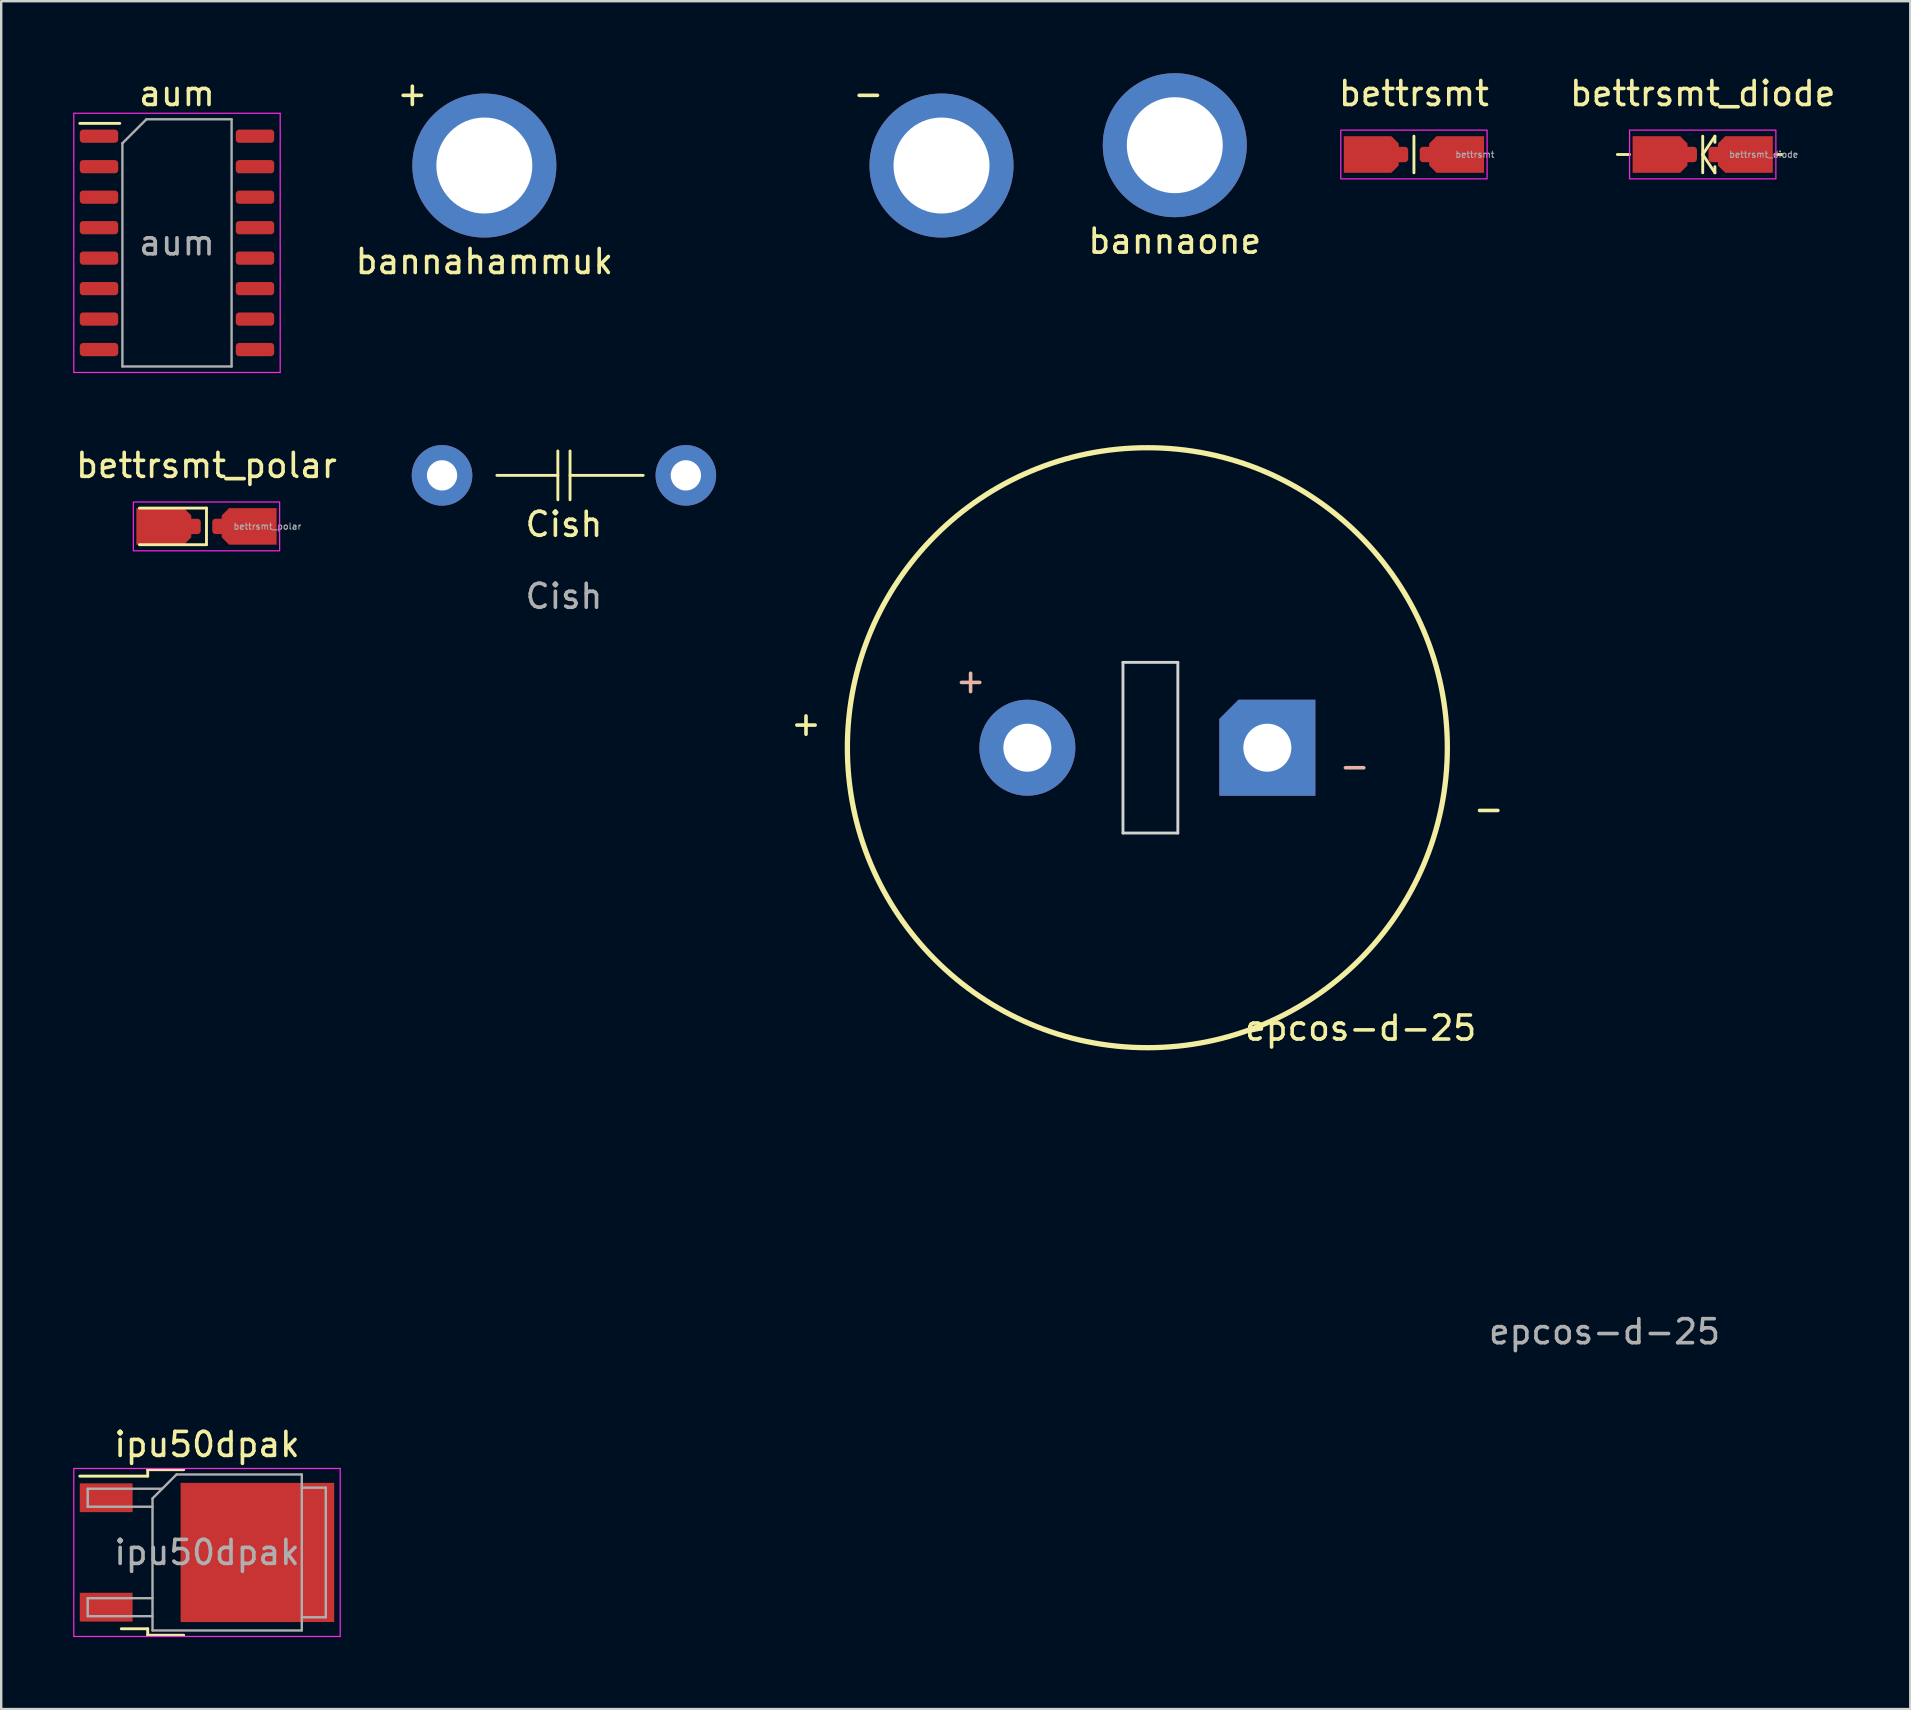
<source format=kicad_pcb>
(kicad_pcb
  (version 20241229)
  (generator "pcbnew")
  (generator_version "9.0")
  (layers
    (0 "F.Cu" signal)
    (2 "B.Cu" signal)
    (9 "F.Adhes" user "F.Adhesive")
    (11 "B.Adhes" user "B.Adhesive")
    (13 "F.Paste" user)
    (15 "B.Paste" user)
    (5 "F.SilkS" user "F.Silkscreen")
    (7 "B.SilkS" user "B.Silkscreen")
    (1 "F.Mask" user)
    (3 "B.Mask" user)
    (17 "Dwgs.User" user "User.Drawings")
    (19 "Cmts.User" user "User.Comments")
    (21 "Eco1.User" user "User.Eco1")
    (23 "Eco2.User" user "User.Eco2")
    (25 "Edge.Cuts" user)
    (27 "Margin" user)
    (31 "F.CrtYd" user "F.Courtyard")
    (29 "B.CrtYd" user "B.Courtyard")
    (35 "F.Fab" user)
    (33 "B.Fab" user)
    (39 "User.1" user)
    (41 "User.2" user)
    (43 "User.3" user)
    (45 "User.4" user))
  (footprint "Cish"
    (layer "F.Cu")
    (at 20.449 19.298)
    (property "Reference" "Cish" (at 0 -0.5 0) (unlocked yes) (layer "F.SilkS") (effects (font (size 1 1) (thickness 0.15))))
    (attr through_hole)
    (fp_line (start -2.794 -2.54) (end -0.254 -2.54) (stroke (width 0.12) (type solid)) (layer "F.SilkS"))
    (fp_line (start -0.254 -1.524) (end -0.254 -3.556) (stroke (width 0.12) (type solid)) (layer "F.SilkS"))
    (fp_line (start 0.254 -3.556) (end 0.254 -1.524) (stroke (width 0.12) (type solid)) (layer "F.SilkS"))
    (fp_line (start 0.254 -2.54) (end 3.302 -2.54) (stroke (width 0.12) (type solid)) (layer "F.SilkS"))
    (fp_text user "${REFERENCE}" (at 0 2.5 0) (unlocked yes) (layer "F.Fab") (effects (font (size 1 1) (thickness 0.15))))
    (pad "1" thru_hole circle (at -5.08 -2.54) (size 2.524 2.524) (drill 1.262) (layers "*.Cu" "*.Mask"))
    (pad "2" thru_hole circle (at 5.08 -2.54) (size 2.524 2.524) (drill 1.262) (layers "*.Cu" "*.Mask")))
  (footprint "bannahammuk"
    (layer "F.Cu")
    (at 17.132 3.848)
    (property "Reference" "bannahammuk" (at 0 4 0) (unlocked yes) (layer "F.SilkS") (effects (font (size 1 1) (thickness 0.15))))
    (attr through_hole)
    (fp_text user "-" (at 16 -3 0) (unlocked yes) (layer "F.SilkS") (effects (font (size 1 1) (thickness 0.15))))
    (fp_text user "+" (at -3 -3 0) (unlocked yes) (layer "F.SilkS") (effects (font (size 1 1) (thickness 0.15))))
    (pad "1" thru_hole circle (at 0 0) (size 6 6) (drill 4) (property pad_prop_testpoint) (layers "*.Cu" "*.Mask"))
    (pad "2" thru_hole circle (at 19.05 0) (size 6 6) (drill 4) (property pad_prop_testpoint) (layers "*.Cu" "*.Mask")))
  (footprint "bannaone"
    (layer "F.Cu")
    (at 45.902 3)
    (property "Reference" "bannaone" (at 0 4 0) (unlocked yes) (layer "F.SilkS") (effects (font (size 1 1) (thickness 0.15))))
    (attr through_hole)
    (pad "1" thru_hole circle (at 0 0) (size 6 6) (drill 4) (property pad_prop_testpoint) (layers "*.Cu" "*.Mask")))
  (footprint "bettrsmt_polar"
    (layer "F.Cu")
    (at 5.554 18.884)
    (property "Reference" "bettrsmt_polar" (at 0 -2.54 0) (layer "F.SilkS") (effects (font (size 1 1) (thickness 0.15))))
    (attr smd)
    (fp_line (start 0 -0.762) (end -2.794 -0.762) (stroke (width 0.12) (type solid)) (layer "F.SilkS"))
    (fp_line (start 0 -0.762) (end 0 0.762) (stroke (width 0.12) (type solid)) (layer "F.SilkS"))
    (fp_line (start 0 0.762) (end -2.794 0.762) (stroke (width 0.12) (type solid)) (layer "F.SilkS"))
    (fp_rect (start -3.048 -1.016) (end 3.048 1.016) (stroke (width 0.05) (type solid)) (fill no) (layer "F.CrtYd"))
    (fp_text user "${REFERENCE}" (at 2.54 0 0) (layer "F.Fab") (effects (font (size 0.26 0.26) (thickness 0.04))))
    (pad "1" smd roundrect (at -1.778 0) (size 2.286 1.524) (layers "F.Cu" "F.Mask" "F.Paste") (roundrect_rratio 0) (chamfer_ratio 0.2) (chamfer top_right bottom_right))
    (pad "1" smd roundrect (at -0.51 0) (size 0.54 0.64) (layers "F.Cu" "F.Mask" "F.Paste") (roundrect_rratio 0.25))
    (pad "2" smd roundrect (at 0.51 0) (size 0.54 0.64) (layers "F.Cu" "F.Mask" "F.Paste") (roundrect_rratio 0.25))
    (pad "2" smd roundrect (at 1.778 0) (size 2.286 1.524) (layers "F.Cu" "F.Mask" "F.Paste") (roundrect_rratio 0) (chamfer_ratio 0.2) (chamfer top_left bottom_left)))
  (footprint "aum"
    (layer "F.Cu")
    (at 4.325 7.071)
    (property "Reference" "aum" (at 0 -6.223 0) (layer "F.SilkS") (effects (font (size 1 1) (thickness 0.15))))
    (attr smd)
    (fp_line (start -2.385 -4.98) (end -4.05 -4.98) (stroke (width 0.12) (type solid)) (layer "F.SilkS"))
    (fp_line (start -4.3 -5.4) (end -4.3 5.4) (stroke (width 0.05) (type solid)) (layer "F.CrtYd"))
    (fp_line (start -4.3 5.4) (end 4.3 5.4) (stroke (width 0.05) (type solid)) (layer "F.CrtYd"))
    (fp_line (start 4.3 -5.4) (end -4.3 -5.4) (stroke (width 0.05) (type solid)) (layer "F.CrtYd"))
    (fp_line (start 4.3 5.4) (end 4.3 -5.4) (stroke (width 0.05) (type solid)) (layer "F.CrtYd"))
    (fp_line (start -2.275 -4.15) (end -1.275 -5.15) (stroke (width 0.1) (type solid)) (layer "F.Fab"))
    (fp_line (start -2.275 5.15) (end -2.275 -4.15) (stroke (width 0.1) (type solid)) (layer "F.Fab"))
    (fp_line (start -1.275 -5.15) (end 2.275 -5.15) (stroke (width 0.1) (type solid)) (layer "F.Fab"))
    (fp_line (start 2.275 -5.15) (end 2.275 5.15) (stroke (width 0.1) (type solid)) (layer "F.Fab"))
    (fp_line (start 2.275 5.15) (end -2.275 5.15) (stroke (width 0.1) (type solid)) (layer "F.Fab"))
    (fp_text user "${REFERENCE}" (at 0 0 0) (layer "F.Fab") (effects (font (size 1 1) (thickness 0.15))))
    (pad "1" smd roundrect (at -3.25 -4.445) (size 1.6 0.55) (layers "F.Cu" "F.Mask" "F.Paste") (roundrect_rratio 0.25))
    (pad "2" smd roundrect (at -3.25 -3.175) (size 1.6 0.55) (layers "F.Cu" "F.Mask" "F.Paste") (roundrect_rratio 0.25))
    (pad "3" smd roundrect (at -3.25 -1.905) (size 1.6 0.55) (layers "F.Cu" "F.Mask" "F.Paste") (roundrect_rratio 0.25))
    (pad "4" smd roundrect (at -3.25 -0.635) (size 1.6 0.55) (layers "F.Cu" "F.Mask" "F.Paste") (roundrect_rratio 0.25))
    (pad "5" smd roundrect (at -3.25 0.635) (size 1.6 0.55) (layers "F.Cu" "F.Mask" "F.Paste") (roundrect_rratio 0.25))
    (pad "6" smd roundrect (at -3.25 1.905) (size 1.6 0.55) (layers "F.Cu" "F.Mask" "F.Paste") (roundrect_rratio 0.25))
    (pad "7" smd roundrect (at -3.25 3.175) (size 1.6 0.55) (layers "F.Cu" "F.Mask" "F.Paste") (roundrect_rratio 0.25))
    (pad "8" smd roundrect (at -3.25 4.445) (size 1.6 0.55) (layers "F.Cu" "F.Mask" "F.Paste") (roundrect_rratio 0.25))
    (pad "9" smd roundrect (at 3.25 4.445) (size 1.6 0.55) (layers "F.Cu" "F.Mask" "F.Paste") (roundrect_rratio 0.25))
    (pad "10" smd roundrect (at 3.25 3.175) (size 1.6 0.55) (layers "F.Cu" "F.Mask" "F.Paste") (roundrect_rratio 0.25))
    (pad "11" smd roundrect (at 3.25 1.905) (size 1.6 0.55) (layers "F.Cu" "F.Mask" "F.Paste") (roundrect_rratio 0.25))
    (pad "12" smd roundrect (at 3.25 0.635) (size 1.6 0.55) (layers "F.Cu" "F.Mask" "F.Paste") (roundrect_rratio 0.25))
    (pad "13" smd roundrect (at 3.25 -0.635) (size 1.6 0.55) (layers "F.Cu" "F.Mask" "F.Paste") (roundrect_rratio 0.25))
    (pad "14" smd roundrect (at 3.25 -1.905) (size 1.6 0.55) (layers "F.Cu" "F.Mask" "F.Paste") (roundrect_rratio 0.25))
    (pad "15" smd roundrect (at 3.25 -3.175) (size 1.6 0.55) (layers "F.Cu" "F.Mask" "F.Paste") (roundrect_rratio 0.25))
    (pad "16" smd roundrect (at 3.25 -4.445) (size 1.6 0.55) (layers "F.Cu" "F.Mask" "F.Paste") (roundrect_rratio 0.25)))
  (footprint "bettrsmt_diode"
    (layer "F.Cu")
    (at 67.9 3.388)
    (property "Reference" "bettrsmt_diode" (at 0 -2.54 0) (layer "F.SilkS") (effects (font (size 1 1) (thickness 0.15))))
    (attr smd)
    (fp_line (start -3.556 0) (end -3.048 0) (stroke (width 0.12) (type solid)) (layer "F.SilkS"))
    (fp_line (start 0 -0.762) (end 0 0.762) (stroke (width 0.12) (type solid)) (layer "F.SilkS"))
    (fp_line (start 0 0) (end 0.508 -0.762) (stroke (width 0.12) (type solid)) (layer "F.SilkS"))
    (fp_line (start 0 0) (end 0.508 0.762) (stroke (width 0.12) (type solid)) (layer "F.SilkS"))
    (fp_line (start 0.508 -0.762) (end 0.508 -0.508) (stroke (width 0.12) (type solid)) (layer "F.SilkS"))
    (fp_line (start 0.508 0.762) (end 0.508 0.508) (stroke (width 0.12) (type solid)) (layer "F.SilkS"))
    (fp_line (start 3.302 0) (end 3.048 0) (stroke (width 0.12) (type solid)) (layer "F.SilkS"))
    (fp_rect (start -3.048 -1.016) (end 3.048 1.016) (stroke (width 0.05) (type solid)) (fill no) (layer "F.CrtYd"))
    (fp_text user "${REFERENCE}" (at 2.54 0 0) (layer "F.Fab") (effects (font (size 0.26 0.26) (thickness 0.04))))
    (pad "1" smd roundrect (at -1.778 0) (size 2.286 1.524) (layers "F.Cu" "F.Mask" "F.Paste") (roundrect_rratio 0) (chamfer_ratio 0.2) (chamfer top_right bottom_right))
    (pad "1" smd roundrect (at -0.51 0) (size 0.54 0.64) (layers "F.Cu" "F.Mask" "F.Paste") (roundrect_rratio 0.25))
    (pad "2" smd roundrect (at 0.51 0) (size 0.54 0.64) (layers "F.Cu" "F.Mask" "F.Paste") (roundrect_rratio 0.25))
    (pad "2" smd roundrect (at 1.778 0) (size 2.286 1.524) (layers "F.Cu" "F.Mask" "F.Paste") (roundrect_rratio 0) (chamfer_ratio 0.2) (chamfer top_left bottom_left)))
  (footprint "epcos-d-25"
    (layer "F.Cu")
    (at 44.759 28.106)
    (property "Reference" "epcos-d-25" (at 8.89 11.684 0) (unlocked yes) (layer "F.SilkS") (effects (font (size 1 1) (thickness 0.15))))
    (attr through_hole)
    (fp_circle (center 0 0) (end 12.5 0) (stroke (width 0.22) (type solid)) (fill no) (layer "F.SilkS"))
    (fp_line (start -1.016 -3.556) (end 1.27 -3.556) (stroke (width 0.12) (type solid)) (layer "Edge.Cuts"))
    (fp_line (start -1.016 3.556) (end -1.016 -3.556) (stroke (width 0.12) (type solid)) (layer "Edge.Cuts"))
    (fp_line (start 1.27 -3.556) (end 1.27 3.556) (stroke (width 0.12) (type solid)) (layer "Edge.Cuts"))
    (fp_line (start 1.27 3.556) (end -1.016 3.556) (stroke (width 0.12) (type solid)) (layer "Edge.Cuts"))
    (fp_text user "+" (at -14.224 -1.016 0) (unlocked yes) (layer "F.SilkS") (effects (font (size 1 1) (thickness 0.15))))
    (fp_text user "-" (at 14.224 2.54 0) (unlocked yes) (layer "F.SilkS") (effects (font (size 1 1) (thickness 0.15))))
    (fp_text user "+" (at -7.366 -2.794 0) (unlocked yes) (layer "B.SilkS") (effects (font (size 1 1) (thickness 0.15))))
    (fp_text user "-" (at 8.636 0.762 0) (unlocked yes) (layer "B.SilkS") (effects (font (size 1 1) (thickness 0.15))))
    (fp_text user "${REFERENCE}" (at 19.05 24.336 0) (unlocked yes) (layer "F.Fab") (effects (font (size 1 1) (thickness 0.15))))
    (pad "1" thru_hole circle (at -5 0) (size 4 4) (drill 2) (layers "*.Cu" "*.Mask"))
    (pad "2" thru_hole roundrect (at 5 0) (size 4 4) (drill 2) (layers "*.Cu" "*.Mask") (roundrect_rratio 0) (chamfer_ratio 0.2) (chamfer top_left)))
  (footprint "bettrsmt"
    (layer "F.Cu")
    (at 55.867 3.388)
    (property "Reference" "bettrsmt" (at 0 -2.54 0) (layer "F.SilkS") (effects (font (size 1 1) (thickness 0.15))))
    (attr smd)
    (fp_line (start 0 -0.762) (end 0 0.762) (stroke (width 0.12) (type solid)) (layer "F.SilkS"))
    (fp_rect (start -3.048 -1.016) (end 3.048 1.016) (stroke (width 0.05) (type solid)) (fill no) (layer "F.CrtYd"))
    (fp_text user "${REFERENCE}" (at 2.54 0 0) (layer "F.Fab") (effects (font (size 0.26 0.26) (thickness 0.04))))
    (pad "1" smd roundrect (at -1.778 0) (size 2.286 1.524) (layers "F.Cu" "F.Mask" "F.Paste") (roundrect_rratio 0) (chamfer_ratio 0.2) (chamfer top_right bottom_right))
    (pad "1" smd roundrect (at -0.51 0) (size 0.54 0.64) (layers "F.Cu" "F.Mask" "F.Paste") (roundrect_rratio 0.25))
    (pad "2" smd roundrect (at 0.51 0) (size 0.54 0.64) (layers "F.Cu" "F.Mask" "F.Paste") (roundrect_rratio 0.25))
    (pad "2" smd roundrect (at 1.778 0) (size 2.286 1.524) (layers "F.Cu" "F.Mask" "F.Paste") (roundrect_rratio 0) (chamfer_ratio 0.2) (chamfer top_left bottom_left)))
  (footprint "ipu50dpak"
    (layer "F.Cu")
    (at 5.575 61.639)
    (property "Reference" "ipu50dpak" (at 0 -4.5 0) (layer "F.SilkS") (effects (font (size 1 1) (thickness 0.15))))
    (attr smd)
    (fp_line (start -2.47 -3.45) (end -2.47 -3.18) (stroke (width 0.12) (type solid)) (layer "F.SilkS"))
    (fp_line (start -2.47 -3.18) (end -5.3 -3.18) (stroke (width 0.12) (type solid)) (layer "F.SilkS"))
    (fp_line (start -2.47 3.18) (end -3.57 3.18) (stroke (width 0.12) (type solid)) (layer "F.SilkS"))
    (fp_line (start -2.47 3.45) (end -2.47 3.18) (stroke (width 0.12) (type solid)) (layer "F.SilkS"))
    (fp_line (start -0.97 -3.45) (end -2.47 -3.45) (stroke (width 0.12) (type solid)) (layer "F.SilkS"))
    (fp_line (start -0.97 3.45) (end -2.47 3.45) (stroke (width 0.12) (type solid)) (layer "F.SilkS"))
    (fp_line (start -5.55 -3.5) (end -5.55 3.5) (stroke (width 0.05) (type solid)) (layer "F.CrtYd"))
    (fp_line (start -5.55 3.5) (end 5.55 3.5) (stroke (width 0.05) (type solid)) (layer "F.CrtYd"))
    (fp_line (start 5.55 -3.5) (end -5.55 -3.5) (stroke (width 0.05) (type solid)) (layer "F.CrtYd"))
    (fp_line (start 5.55 3.5) (end 5.55 -3.5) (stroke (width 0.05) (type solid)) (layer "F.CrtYd"))
    (fp_line (start -4.97 -2.655) (end -4.97 -1.905) (stroke (width 0.1) (type solid)) (layer "F.Fab"))
    (fp_line (start -4.97 -1.905) (end -2.27 -1.905) (stroke (width 0.1) (type solid)) (layer "F.Fab"))
    (fp_line (start -4.97 1.905) (end -4.97 2.655) (stroke (width 0.1) (type solid)) (layer "F.Fab"))
    (fp_line (start -4.97 2.655) (end -2.27 2.655) (stroke (width 0.1) (type solid)) (layer "F.Fab"))
    (fp_line (start -2.27 -2.25) (end -1.27 -3.25) (stroke (width 0.1) (type solid)) (layer "F.Fab"))
    (fp_line (start -2.27 1.905) (end -4.97 1.905) (stroke (width 0.1) (type solid)) (layer "F.Fab"))
    (fp_line (start -2.27 3.25) (end -2.27 -2.25) (stroke (width 0.1) (type solid)) (layer "F.Fab"))
    (fp_line (start -1.865 -2.655) (end -4.97 -2.655) (stroke (width 0.1) (type solid)) (layer "F.Fab"))
    (fp_line (start -1.27 -3.25) (end 3.95 -3.25) (stroke (width 0.1) (type solid)) (layer "F.Fab"))
    (fp_line (start 3.95 -3.25) (end 3.95 3.25) (stroke (width 0.1) (type solid)) (layer "F.Fab"))
    (fp_line (start 3.95 -2.7) (end 4.95 -2.7) (stroke (width 0.1) (type solid)) (layer "F.Fab"))
    (fp_line (start 3.95 3.25) (end -2.27 3.25) (stroke (width 0.1) (type solid)) (layer "F.Fab"))
    (fp_line (start 4.95 -2.7) (end 4.95 2.7) (stroke (width 0.1) (type solid)) (layer "F.Fab"))
    (fp_line (start 4.95 2.7) (end 3.95 2.7) (stroke (width 0.1) (type solid)) (layer "F.Fab"))
    (fp_text user "${REFERENCE}" (at 0 0 0) (layer "F.Fab") (effects (font (size 1 1) (thickness 0.15))))
    (pad "" smd rect (at 0.425 -1.525) (size 3.05 2.75) (layers "F.Paste"))
    (pad "" smd rect (at 0.425 1.525) (size 3.05 2.75) (layers "F.Paste"))
    (pad "" smd rect (at 3.775 -1.525) (size 3.05 2.75) (layers "F.Paste"))
    (pad "" smd rect (at 3.775 1.525) (size 3.05 2.75) (layers "F.Paste"))
    (pad "1" smd rect (at -4.2 -2.28) (size 2.2 1.2) (layers "F.Cu" "F.Mask" "F.Paste"))
    (pad "2" smd rect (at 2.1 0) (size 6.4 5.8) (layers "F.Cu" "F.Mask"))
    (pad "3" smd rect (at -4.2 2.28) (size 2.2 1.2) (layers "F.Cu" "F.Mask" "F.Paste")))
  (gr_rect
    (start -3 -3)
    (end 76.549 68.164)
    (stroke (width 0.1) (type default))
    (fill no)
    (layer "Edge.Cuts")))
</source>
